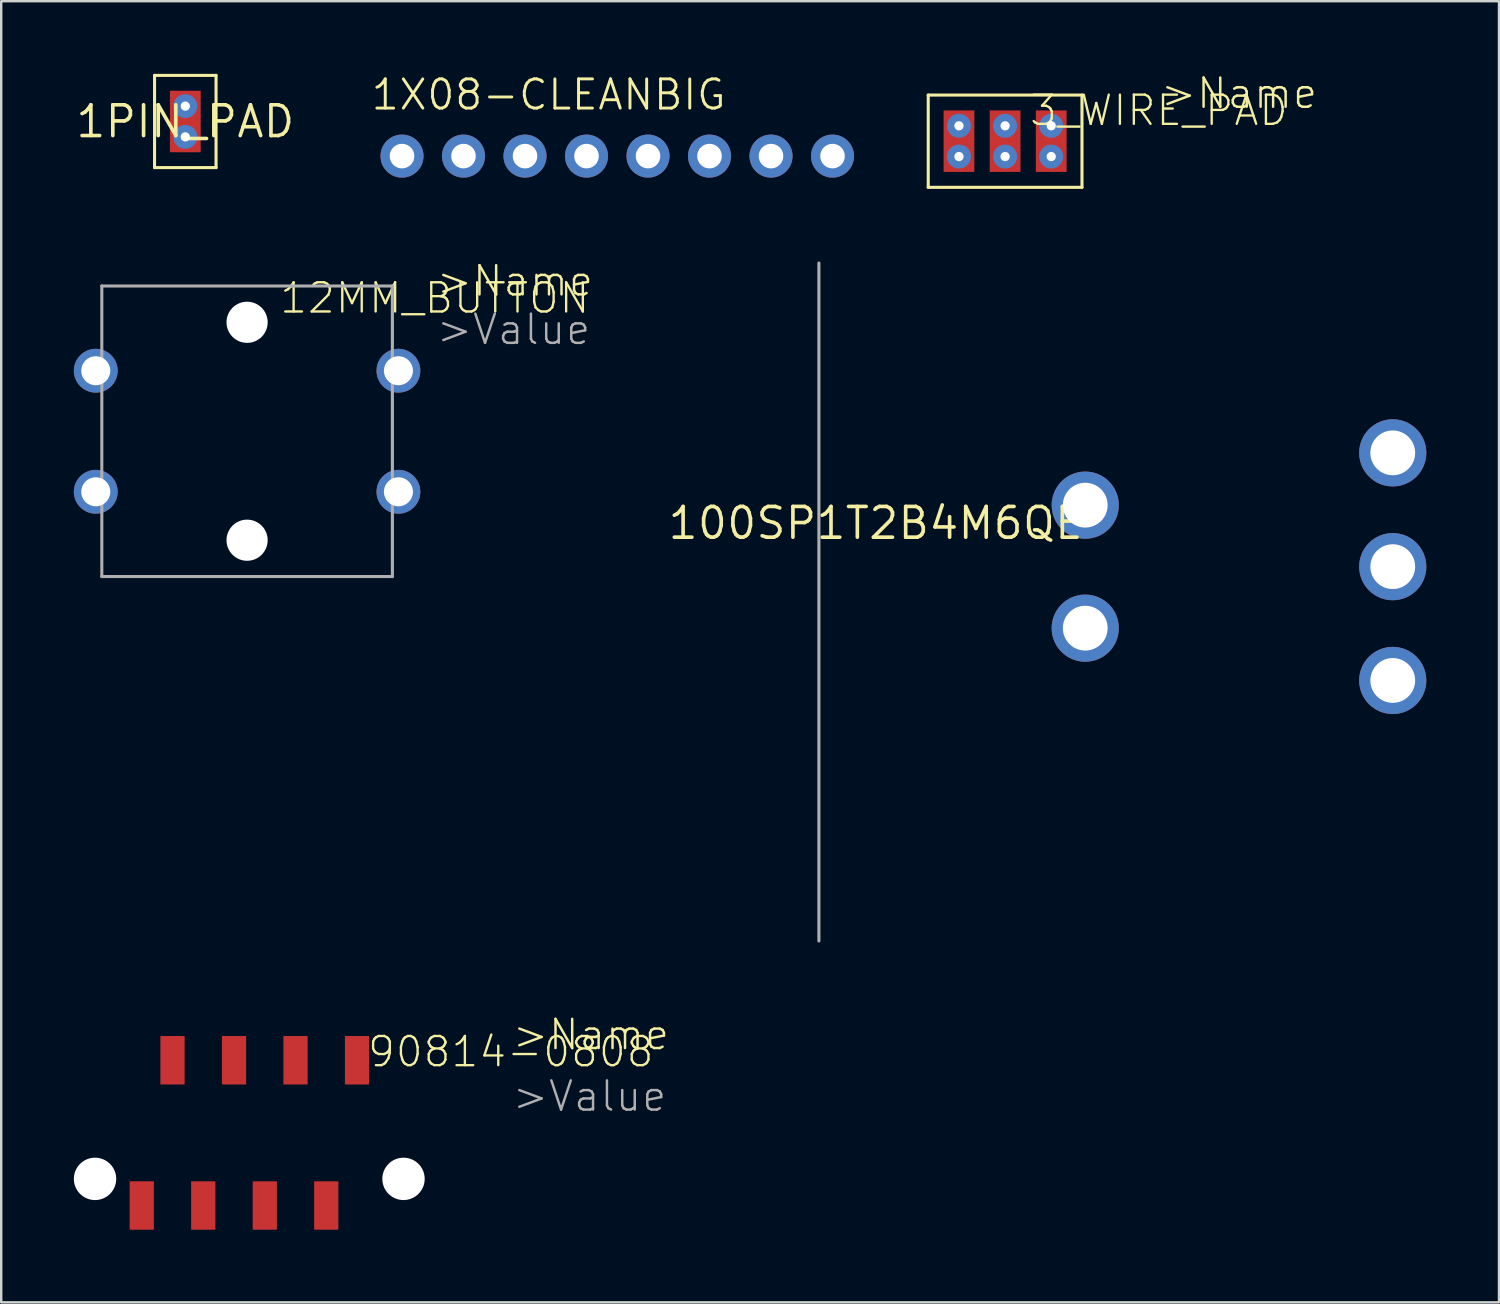
<source format=kicad_pcb>
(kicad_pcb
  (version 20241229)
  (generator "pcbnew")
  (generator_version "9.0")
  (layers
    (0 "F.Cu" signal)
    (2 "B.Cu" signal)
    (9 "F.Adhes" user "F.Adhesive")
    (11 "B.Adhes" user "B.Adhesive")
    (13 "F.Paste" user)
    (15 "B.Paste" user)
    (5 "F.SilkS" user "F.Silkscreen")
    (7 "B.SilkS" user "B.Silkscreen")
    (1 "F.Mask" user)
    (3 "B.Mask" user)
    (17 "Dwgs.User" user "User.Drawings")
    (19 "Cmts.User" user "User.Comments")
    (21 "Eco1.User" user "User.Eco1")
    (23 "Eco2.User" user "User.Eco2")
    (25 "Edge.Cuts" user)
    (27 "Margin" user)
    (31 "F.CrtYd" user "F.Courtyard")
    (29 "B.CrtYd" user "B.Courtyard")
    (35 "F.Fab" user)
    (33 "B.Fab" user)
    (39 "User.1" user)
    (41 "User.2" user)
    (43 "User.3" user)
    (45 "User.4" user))
  (footprint "3_WIRE_PAD"
    (layer "F.Cu")
    (at 36.556 2.781)
    (property "Reference" "3_WIRE_PAD" (at 8.255 -1.27 0) (layer "F.SilkS") (effects (font (size 1.206 1.206) (thickness 0.097))))
    (attr through_hole)
    (fp_line (start -1.27 -1.905) (end 5.08 -1.905) (stroke (width 0.127) (type solid)) (layer "F.SilkS"))
    (fp_line (start -1.27 1.905) (end -1.27 -1.905) (stroke (width 0.127) (type solid)) (layer "F.SilkS"))
    (fp_line (start 5.08 -1.905) (end 5.08 1.905) (stroke (width 0.127) (type solid)) (layer "F.SilkS"))
    (fp_line (start 5.08 1.905) (end -1.27 1.905) (stroke (width 0.127) (type solid)) (layer "F.SilkS"))
    (fp_text user ">Name" (at 8.255 -1.27 0) (layer "F.SilkS") (effects (font (size 1.206 1.206) (thickness 0.102)) (justify left bottom)))
    (pad "P$1" smd rect (at 0 0 90) (size 2.54 1.27) (layers "F.Cu" "F.Mask"))
    (pad "P$1@1" thru_hole circle (at 0 -0.635) (size 0.991 0.991) (drill 0.381) (layers "*.Cu" "*.Mask"))
    (pad "P$1@2" thru_hole circle (at 0 0.635) (size 0.991 0.991) (drill 0.381) (layers "*.Cu" "*.Mask"))
    (pad "P$2" smd rect (at 1.905 0 90) (size 2.54 1.27) (layers "F.Cu" "F.Mask"))
    (pad "P$2@1" thru_hole circle (at 1.905 -0.635) (size 0.991 0.991) (drill 0.381) (layers "*.Cu" "*.Mask"))
    (pad "P$2@2" thru_hole circle (at 1.905 0.635) (size 0.991 0.991) (drill 0.381) (layers "*.Cu" "*.Mask"))
    (pad "P$3" smd rect (at 3.81 0 90) (size 2.54 1.27) (layers "F.Cu" "F.Mask"))
    (pad "P$3@1" thru_hole circle (at 3.81 -0.635) (size 0.991 0.991) (drill 0.381) (layers "*.Cu" "*.Mask"))
    (pad "P$3@2" thru_hole circle (at 3.81 0.635) (size 0.991 0.991) (drill 0.381) (layers "*.Cu" "*.Mask")))
  (footprint "12MM_BUTTON"
    (layer "F.Cu")
    (at 7.155 14.761)
    (property "Reference" "12MM_BUTTON" (at 7.75 -5.5 0) (layer "F.SilkS") (effects (font (size 1.206 1.206) (thickness 0.097))))
    (attr through_hole)
    (fp_line (start -6 -6) (end 6 -6) (stroke (width 0.127) (type solid)) (layer "F.Fab"))
    (fp_line (start -6 6) (end -6 -6) (stroke (width 0.127) (type solid)) (layer "F.Fab"))
    (fp_line (start 6 -6) (end 6 6) (stroke (width 0.127) (type solid)) (layer "F.Fab"))
    (fp_line (start 6 6) (end -6 6) (stroke (width 0.127) (type solid)) (layer "F.Fab"))
    (fp_text user ">Name" (at 7.75 -5.5 0) (layer "F.SilkS") (effects (font (size 1.206 1.206) (thickness 0.102)) (justify left bottom)))
    (fp_text user ">Value" (at 7.75 -3.5 0) (layer "F.Fab") (effects (font (size 1.206 1.206) (thickness 0.102)) (justify left bottom)))
    (pad "" np_thru_hole circle (at 0 -4.5) (size 1.7 1.7) (drill 1.7) (layers "*.Cu" "*.Mask"))
    (pad "" np_thru_hole circle (at 0 4.5) (size 1.7 1.7) (drill 1.7) (layers "*.Cu" "*.Mask"))
    (pad "P$1" thru_hole circle (at -6.25 -2.5) (size 1.81 1.81) (drill 1.2) (layers "*.Cu" "*.Mask"))
    (pad "P$2" thru_hole circle (at 6.25 -2.5) (size 1.81 1.81) (drill 1.2) (layers "*.Cu" "*.Mask"))
    (pad "P$3" thru_hole circle (at -6.25 2.5) (size 1.81 1.81) (drill 1.2) (layers "*.Cu" "*.Mask"))
    (pad "P$4" thru_hole circle (at 6.25 2.5) (size 1.81 1.81) (drill 1.2) (layers "*.Cu" "*.Mask")))
  (footprint "90814-0808"
    (layer "F.Cu")
    (at 2.805 46.738)
    (property "Reference" "90814-0808" (at 15.24 -6.35 0) (layer "F.SilkS") (effects (font (size 1.206 1.206) (thickness 0.097))))
    (attr through_hole)
    (fp_text user ">Name" (at 15.24 -6.35 0) (layer "F.SilkS") (effects (font (size 1.206 1.206) (thickness 0.102)) (justify left bottom)))
    (fp_text user ">Value" (at 15.24 -3.81 0) (layer "F.Fab") (effects (font (size 1.206 1.206) (thickness 0.102)) (justify left bottom)))
    (pad "" np_thru_hole circle (at -1.93 -1.1) (size 1.75 1.75) (drill 1.75) (layers "*.Cu" "*.Mask"))
    (pad "" np_thru_hole circle (at 10.81 -1.1) (size 1.75 1.75) (drill 1.75) (layers "*.Cu" "*.Mask"))
    (pad "P$1" smd rect (at 0 0) (size 1 2) (layers "F.Cu" "F.Mask" "F.Paste"))
    (pad "P$2" smd rect (at 1.27 -5.999) (size 1 2) (layers "F.Cu" "F.Mask" "F.Paste"))
    (pad "P$3" smd rect (at 2.54 0) (size 1 2) (layers "F.Cu" "F.Mask" "F.Paste"))
    (pad "P$4" smd rect (at 3.81 -5.999) (size 1 2) (layers "F.Cu" "F.Mask" "F.Paste"))
    (pad "P$5" smd rect (at 5.08 0) (size 1 2) (layers "F.Cu" "F.Mask" "F.Paste"))
    (pad "P$6" smd rect (at 6.35 -5.999) (size 1 2) (layers "F.Cu" "F.Mask" "F.Paste"))
    (pad "P$7" smd rect (at 7.62 0) (size 1 2) (layers "F.Cu" "F.Mask" "F.Paste"))
    (pad "P$8" smd rect (at 8.89 -5.999) (size 1 2) (layers "F.Cu" "F.Mask" "F.Paste")))
  (footprint "1X08-CLEANBIG"
    (layer "F.Cu")
    (at 22.443 3.397)
    (property "Reference" "1X08-CLEANBIG" (at -10.236 -1.829 0) (layer "F.SilkS") (effects (font (size 1.206 1.206) (thickness 0.121)) (justify left bottom)))
    (attr through_hole)
    (fp_poly (pts (xy -9.144 0.254) (xy -8.636 0.254) (xy -8.636 -0.254) (xy -9.144 -0.254)) (stroke (width 0.1) (type solid)) (fill no) (layer "F.Fab"))
    (fp_poly (pts (xy -6.604 0.254) (xy -6.096 0.254) (xy -6.096 -0.254) (xy -6.604 -0.254)) (stroke (width 0.1) (type solid)) (fill no) (layer "F.Fab"))
    (fp_poly (pts (xy -4.064 0.254) (xy -3.556 0.254) (xy -3.556 -0.254) (xy -4.064 -0.254)) (stroke (width 0.1) (type solid)) (fill no) (layer "F.Fab"))
    (fp_poly (pts (xy -1.524 0.254) (xy -1.016 0.254) (xy -1.016 -0.254) (xy -1.524 -0.254)) (stroke (width 0.1) (type solid)) (fill no) (layer "F.Fab"))
    (fp_poly (pts (xy 1.016 0.254) (xy 1.524 0.254) (xy 1.524 -0.254) (xy 1.016 -0.254)) (stroke (width 0.1) (type solid)) (fill no) (layer "F.Fab"))
    (fp_poly (pts (xy 3.556 0.254) (xy 4.064 0.254) (xy 4.064 -0.254) (xy 3.556 -0.254)) (stroke (width 0.1) (type solid)) (fill no) (layer "F.Fab"))
    (fp_poly (pts (xy 6.096 0.254) (xy 6.604 0.254) (xy 6.604 -0.254) (xy 6.096 -0.254)) (stroke (width 0.1) (type solid)) (fill no) (layer "F.Fab"))
    (fp_poly (pts (xy 8.636 0.254) (xy 9.144 0.254) (xy 9.144 -0.254) (xy 8.636 -0.254)) (stroke (width 0.1) (type solid)) (fill no) (layer "F.Fab"))
    (pad "1" thru_hole circle (at -8.89 0 90) (size 1.778 1.778) (drill 1.016) (layers "*.Cu" "*.Mask"))
    (pad "2" thru_hole circle (at -6.35 0 90) (size 1.778 1.778) (drill 1.016) (layers "*.Cu" "*.Mask"))
    (pad "3" thru_hole circle (at -3.81 0 90) (size 1.778 1.778) (drill 1.016) (layers "*.Cu" "*.Mask"))
    (pad "4" thru_hole circle (at -1.27 0 90) (size 1.778 1.778) (drill 1.016) (layers "*.Cu" "*.Mask"))
    (pad "5" thru_hole circle (at 1.27 0 90) (size 1.778 1.778) (drill 1.016) (layers "*.Cu" "*.Mask"))
    (pad "6" thru_hole circle (at 3.81 0 90) (size 1.778 1.778) (drill 1.016) (layers "*.Cu" "*.Mask"))
    (pad "7" thru_hole circle (at 6.35 0 90) (size 1.778 1.778) (drill 1.016) (layers "*.Cu" "*.Mask"))
    (pad "8" thru_hole circle (at 8.89 0 90) (size 1.778 1.778) (drill 1.016) (layers "*.Cu" "*.Mask")))
  (footprint "1PIN_PAD"
    (layer "F.Cu")
    (at 4.603 1.968)
    (property "Reference" "1PIN_PAD" (at 0 0 0) (layer "F.SilkS") (effects (font (size 1.27 1.27) (thickness 0.15))))
    (attr through_hole)
    (fp_line (start -1.27 -1.905) (end 1.27 -1.905) (stroke (width 0.127) (type solid)) (layer "F.SilkS"))
    (fp_line (start -1.27 1.905) (end -1.27 -1.905) (stroke (width 0.127) (type solid)) (layer "F.SilkS"))
    (fp_line (start 1.27 -1.905) (end 1.27 1.905) (stroke (width 0.127) (type solid)) (layer "F.SilkS"))
    (fp_line (start 1.27 1.905) (end -1.27 1.905) (stroke (width 0.127) (type solid)) (layer "F.SilkS"))
    (pad "P$1" smd rect (at 0 0 90) (size 2.54 1.27) (layers "F.Cu" "F.Mask"))
    (pad "P$1@1" thru_hole circle (at 0 -0.635) (size 0.991 0.991) (drill 0.381) (layers "*.Cu" "*.Mask"))
    (pad "P$1@2" thru_hole circle (at 0 0.635) (size 0.991 0.991) (drill 0.381) (layers "*.Cu" "*.Mask")))
  (footprint "100SP1T2B4M6QE"
    (layer "F.Cu")
    (at 41.771 17.813)
    (property "Reference" "100SP1T2B4M6QE" (at 0 0 0) (layer "F.SilkS") (effects (font (size 1.27 1.27) (thickness 0.15)) (justify right top)))
    (attr through_hole)
    (fp_line (start -11 -10) (end -11 18) (stroke (width 0.127) (type solid)) (layer "F.Fab"))
    (pad "P$1" thru_hole circle (at 0 0) (size 2.775 2.775) (drill 1.85) (layers "*.Cu" "*.Mask"))
    (pad "P$2" thru_hole circle (at 0 5.08) (size 2.775 2.775) (drill 1.85) (layers "*.Cu" "*.Mask"))
    (pad "P$3" thru_hole circle (at 12.7 2.54) (size 2.775 2.775) (drill 1.85) (layers "*.Cu" "*.Mask"))
    (pad "P$4" thru_hole circle (at 12.7 -2.16) (size 2.775 2.775) (drill 1.85) (layers "*.Cu" "*.Mask"))
    (pad "P$5" thru_hole circle (at 12.7 7.24) (size 2.775 2.775) (drill 1.85) (layers "*.Cu" "*.Mask")))
  (gr_rect
    (start -3 -3)
    (end 58.859 50.738)
    (stroke (width 0.1) (type default))
    (fill no)
    (layer "Edge.Cuts")))
</source>
